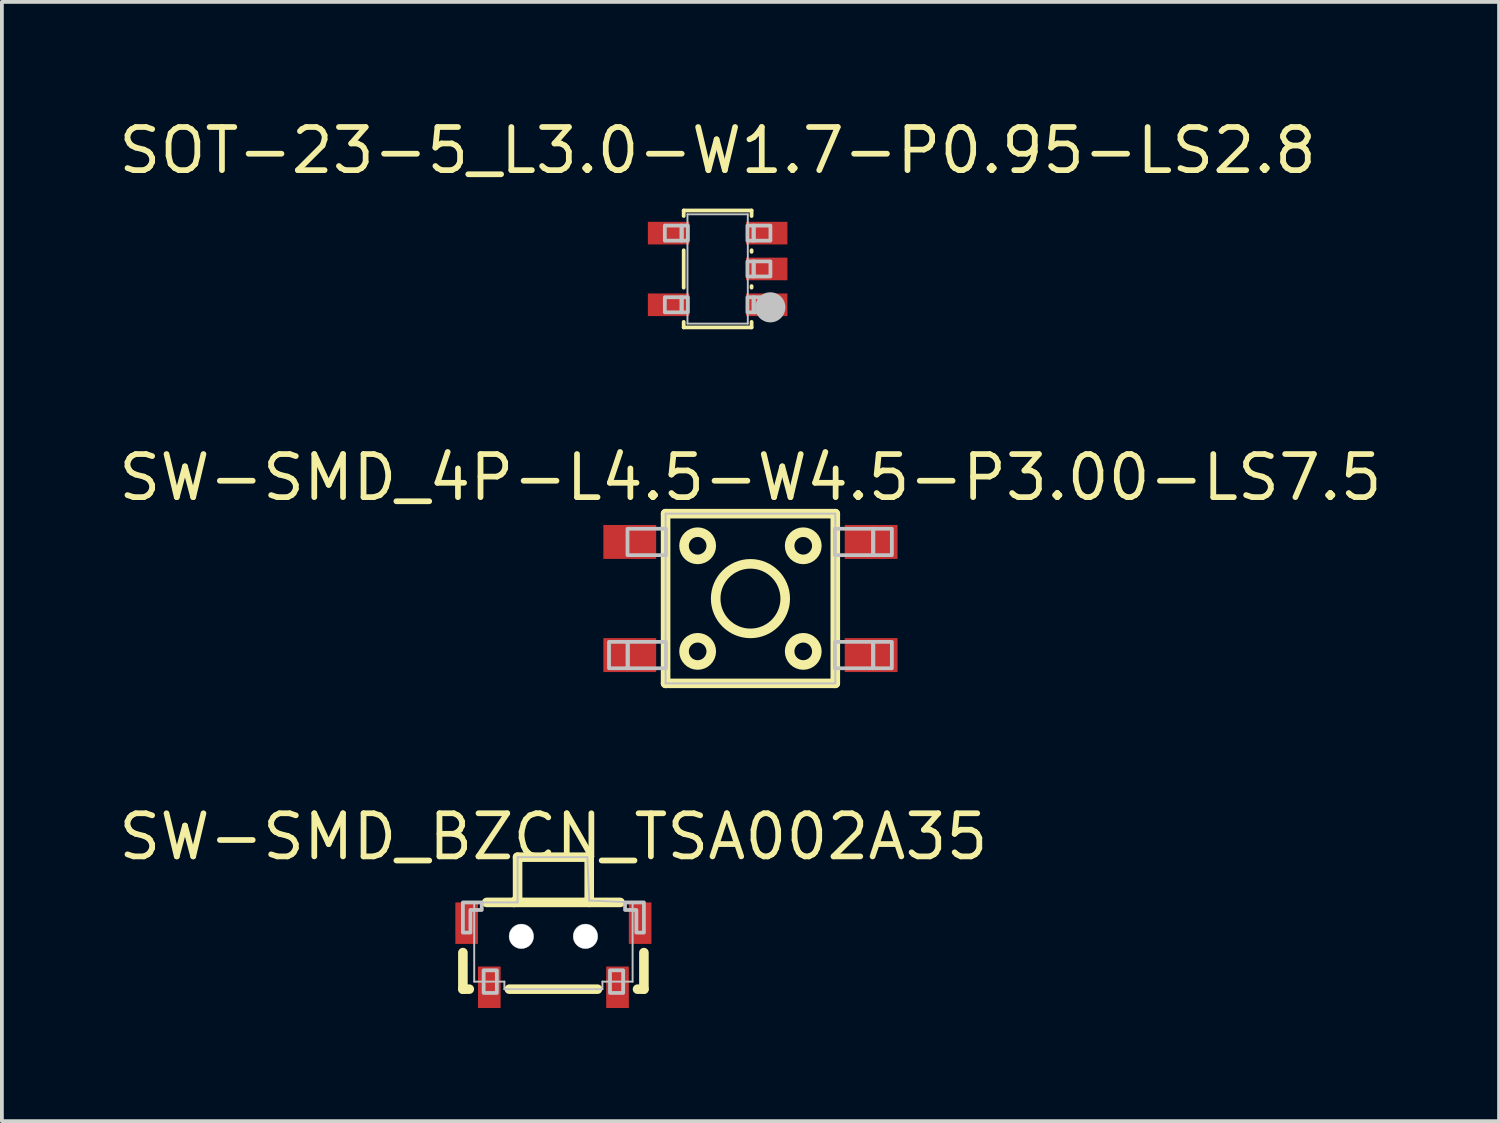
<source format=kicad_pcb>
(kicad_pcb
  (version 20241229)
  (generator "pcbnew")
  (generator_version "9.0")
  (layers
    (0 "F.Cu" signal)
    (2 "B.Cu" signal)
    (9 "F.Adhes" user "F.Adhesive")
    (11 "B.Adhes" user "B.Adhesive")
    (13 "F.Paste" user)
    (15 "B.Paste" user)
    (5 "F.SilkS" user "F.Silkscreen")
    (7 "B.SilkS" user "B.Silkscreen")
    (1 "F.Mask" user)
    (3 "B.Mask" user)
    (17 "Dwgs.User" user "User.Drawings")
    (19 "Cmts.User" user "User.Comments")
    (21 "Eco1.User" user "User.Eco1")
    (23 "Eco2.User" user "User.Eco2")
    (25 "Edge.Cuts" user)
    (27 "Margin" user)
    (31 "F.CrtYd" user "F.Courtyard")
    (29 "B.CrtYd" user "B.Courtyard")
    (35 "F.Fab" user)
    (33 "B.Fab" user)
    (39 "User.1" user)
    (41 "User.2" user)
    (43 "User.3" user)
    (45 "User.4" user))
  (footprint "SW-SMD_BZCN_TSA002A35"
    (layer "F.Cu")
    (at 11.625 22.28)
    (property "Reference" "SW-SMD_BZCN_TSA002A35" (at 0 -3.81 0) (layer "F.SilkS") (effects (font (size 1.143 1.143) (thickness 0.152)) (justify top)))
    (attr smd)
    (fp_line (start -2.4 -0.069) (end -2.4 0.9) (stroke (width 0.254) (type solid)) (layer "F.SilkS"))
    (fp_line (start -2.231 0.9) (end -2.4 0.9) (stroke (width 0.254) (type solid)) (layer "F.SilkS"))
    (fp_line (start -1.769 -1.4) (end 1.769 -1.4) (stroke (width 0.254) (type solid)) (layer "F.SilkS"))
    (fp_line (start -0.95 -2.6) (end -0.95 -1.497) (stroke (width 0.254) (type solid)) (layer "F.SilkS"))
    (fp_line (start -0.95 -2.6) (end 0.95 -2.6) (stroke (width 0.254) (type solid)) (layer "F.SilkS"))
    (fp_line (start -0.95 -1.497) (end -1.047 -1.4) (stroke (width 0.254) (type solid)) (layer "F.SilkS"))
    (fp_line (start 0.95 -2.6) (end 0.95 -1.4) (stroke (width 0.254) (type solid)) (layer "F.SilkS"))
    (fp_line (start 1.169 0.9) (end -1.169 0.9) (stroke (width 0.254) (type solid)) (layer "F.SilkS"))
    (fp_line (start 2.4 -0.069) (end 2.4 0.9) (stroke (width 0.254) (type solid)) (layer "F.SilkS"))
    (fp_line (start 2.4 0.9) (end 2.231 0.9) (stroke (width 0.254) (type solid)) (layer "F.SilkS"))
    (fp_line (start -2.1 -1.4) (end -2.1 0.7) (stroke (width 0.051) (type solid)) (layer "Dwgs.User"))
    (fp_line (start -2.1 0.7) (end -1.3 0.7) (stroke (width 0.051) (type solid)) (layer "Dwgs.User"))
    (fp_line (start -1.3 0.7) (end -1.3 0.9) (stroke (width 0.051) (type solid)) (layer "Dwgs.User"))
    (fp_line (start -1.3 0.9) (end 1.3 0.9) (stroke (width 0.051) (type solid)) (layer "Dwgs.User"))
    (fp_line (start -0.95 -2.6) (end -0.95 -1.4) (stroke (width 0.051) (type solid)) (layer "Dwgs.User"))
    (fp_line (start -0.95 -1.4) (end -2.1 -1.4) (stroke (width 0.051) (type solid)) (layer "Dwgs.User"))
    (fp_line (start 0 -2.6) (end -0.95 -2.6) (stroke (width 0.051) (type solid)) (layer "Dwgs.User"))
    (fp_line (start 0.9 -2.6) (end 0 -2.6) (stroke (width 0.051) (type solid)) (layer "Dwgs.User"))
    (fp_line (start 0.95 -1.45) (end 0.9 -2.6) (stroke (width 0.051) (type solid)) (layer "Dwgs.User"))
    (fp_line (start 1.3 0.7) (end 2.1 0.7) (stroke (width 0.051) (type solid)) (layer "Dwgs.User"))
    (fp_line (start 1.3 0.9) (end 1.3 0.7) (stroke (width 0.051) (type solid)) (layer "Dwgs.User"))
    (fp_line (start 2.1 -1.4) (end 0.95 -1.45) (stroke (width 0.051) (type solid)) (layer "Dwgs.User"))
    (fp_line (start 2.1 0.7) (end 2.1 -1.4) (stroke (width 0.051) (type solid)) (layer "Dwgs.User"))
    (fp_arc (start -0.725 -0.494) (mid -0.975102 -0.503228) (end -0.724857 -0.499546) (stroke (width 0.25) (type solid)) (layer "Dwgs.User"))
    (fp_arc (start -0.525 -0.493) (mid -1.175057 -0.503426) (end -0.524925 -0.500148) (stroke (width 0.013) (type solid)) (layer "Dwgs.User"))
    (fp_arc (start 0.975 -0.494) (mid 0.724898 -0.503228) (end 0.975143 -0.499546) (stroke (width 0.25) (type solid)) (layer "Dwgs.User"))
    (fp_arc (start 1.175 -0.493) (mid 0.524943 -0.503426) (end 1.175075 -0.500148) (stroke (width 0.013) (type solid)) (layer "Dwgs.User"))
    (fp_poly (pts (xy -1.85 1) (xy -1.5 1) (xy -1.5 0.4) (xy -1.85 0.4) (xy -1.85 1)) (stroke (width 0.1) (type solid)) (fill no) (layer "Dwgs.User"))
    (fp_poly (pts (xy 1.5 1) (xy 1.85 1) (xy 1.85 0.4) (xy 1.5 0.4) (xy 1.5 1)) (stroke (width 0.1) (type solid)) (fill no) (layer "Dwgs.User"))
    (fp_poly (pts (xy -2.2 -0.6) (xy -2.4 -0.6) (xy -2.4 -1.4) (xy -1.9 -1.4) (xy -1.9 -1.2) (xy -2.2 -1.2) (xy -2.2 -0.6)) (stroke (width 0.1) (type solid)) (fill no) (layer "Dwgs.User"))
    (fp_poly (pts (xy 2.2 -0.6) (xy 2.4 -0.6) (xy 2.4 -1.4) (xy 1.9 -1.4) (xy 1.9 -1.2) (xy 2.2 -1.2) (xy 2.2 -0.6)) (stroke (width 0.1) (type solid)) (fill no) (layer "Dwgs.User"))
    (pad "" smd rect (at -2.3 -0.85) (size 0.6 1.1) (layers "F.Cu" "F.Mask" "F.Paste"))
    (pad "" np_thru_hole circle (at -0.85 -0.5) (size 0.65 0.65) (drill 0.65) (layers "*.Cu" "*.Mask"))
    (pad "" np_thru_hole circle (at 0.85 -0.5) (size 0.65 0.65) (drill 0.65) (layers "*.Cu" "*.Mask"))
    (pad "" smd rect (at 2.3 -0.85) (size 0.6 1.1) (layers "F.Cu" "F.Mask" "F.Paste"))
    (pad "1" smd rect (at -1.7 0.85) (size 0.6 1.1) (layers "F.Cu" "F.Mask" "F.Paste"))
    (pad "2" smd rect (at 1.7 0.85) (size 0.6 1.1) (layers "F.Cu" "F.Mask" "F.Paste")))
  (footprint "SW-SMD_4P-L4.5-W4.5-P3.00-LS7.5"
    (layer "F.Cu")
    (at 16.85 12.821)
    (property "Reference" "SW-SMD_4P-L4.5-W4.5-P3.00-LS7.5" (at 0 -2.54 0) (layer "F.SilkS") (effects (font (size 1.143 1.143) (thickness 0.152)) (justify bottom)))
    (attr smd)
    (fp_line (start -2.25 -2.25) (end 2.25 -2.25) (stroke (width 0.254) (type solid)) (layer "F.SilkS"))
    (fp_line (start -2.25 2.25) (end -2.25 -2.25) (stroke (width 0.254) (type solid)) (layer "F.SilkS"))
    (fp_line (start 2.25 -2.25) (end 2.25 2.25) (stroke (width 0.254) (type solid)) (layer "F.SilkS"))
    (fp_line (start 2.25 2.25) (end -2.25 2.25) (stroke (width 0.254) (type solid)) (layer "F.SilkS"))
    (fp_arc (start -1.039 -1.396) (mid -1.761016 -1.402047) (end -1.038978 -1.399907) (stroke (width 0.254) (type solid)) (layer "F.SilkS"))
    (fp_arc (start -1.039 1.404) (mid -1.761016 1.397953) (end -1.038978 1.400093) (stroke (width 0.254) (type solid)) (layer "F.SilkS"))
    (fp_arc (start 0.922 0.005) (mid -0.92201 -0.002586) (end 0.922014 0.000172) (stroke (width 0.254) (type solid)) (layer "F.SilkS"))
    (fp_arc (start 1.761 -1.396) (mid 1.038984 -1.402047) (end 1.761022 -1.399907) (stroke (width 0.254) (type solid)) (layer "F.SilkS"))
    (fp_arc (start 1.761 1.404) (mid 1.038984 1.397953) (end 1.761022 1.400093) (stroke (width 0.254) (type solid)) (layer "F.SilkS"))
    (fp_line (start -2.25 -2.25) (end 2.25 -2.25) (stroke (width 0.051) (type solid)) (layer "Dwgs.User"))
    (fp_line (start -2.25 2.25) (end -2.25 -2.25) (stroke (width 0.051) (type solid)) (layer "Dwgs.User"))
    (fp_line (start 2.25 -2.25) (end 2.25 2.25) (stroke (width 0.051) (type solid)) (layer "Dwgs.User"))
    (fp_line (start 2.25 2.25) (end -2.25 2.25) (stroke (width 0.051) (type solid)) (layer "Dwgs.User"))
    (fp_poly (pts (xy -3.75 1.85) (xy -3.75 1.15) (xy -3.25 1.15) (xy -3.25 1.85) (xy -3.75 1.85)) (stroke (width 0.1) (type solid)) (fill no) (layer "Dwgs.User"))
    (fp_poly (pts (xy -3.26 -1.15) (xy -3.26 -1.85) (xy -2.24 -1.85) (xy -2.24 -1.15) (xy -3.26 -1.15)) (stroke (width 0.1) (type solid)) (fill no) (layer "Dwgs.User"))
    (fp_poly (pts (xy -3.26 1.85) (xy -3.26 1.15) (xy -2.24 1.15) (xy -2.24 1.85) (xy -3.26 1.85)) (stroke (width 0.1) (type solid)) (fill no) (layer "Dwgs.User"))
    (fp_poly (pts (xy 2.24 -1.15) (xy 2.24 -1.85) (xy 3.26 -1.85) (xy 3.26 -1.15) (xy 2.24 -1.15)) (stroke (width 0.1) (type solid)) (fill no) (layer "Dwgs.User"))
    (fp_poly (pts (xy 2.24 1.85) (xy 2.24 1.15) (xy 3.26 1.15) (xy 3.26 1.85) (xy 2.24 1.85)) (stroke (width 0.1) (type solid)) (fill no) (layer "Dwgs.User"))
    (fp_poly (pts (xy 3.25 -1.15) (xy 3.25 -1.85) (xy 3.75 -1.85) (xy 3.75 -1.15) (xy 3.25 -1.15)) (stroke (width 0.1) (type solid)) (fill no) (layer "Dwgs.User"))
    (fp_poly (pts (xy 3.25 1.85) (xy 3.25 1.15) (xy 3.75 1.15) (xy 3.75 1.85) (xy 3.25 1.85)) (stroke (width 0.1) (type solid)) (fill no) (layer "Dwgs.User"))
    (pad "1" smd rect (at -3.2 -1.5) (size 1.4 0.9) (layers "F.Cu" "F.Mask" "F.Paste"))
    (pad "2" smd rect (at 3.2 -1.5) (size 1.4 0.9) (layers "F.Cu" "F.Mask" "F.Paste"))
    (pad "3" smd rect (at -3.2 1.5) (size 1.4 0.9) (layers "F.Cu" "F.Mask" "F.Paste"))
    (pad "4" smd rect (at 3.2 1.5) (size 1.4 0.9) (layers "F.Cu" "F.Mask" "F.Paste")))
  (footprint "SOT-23-5_L3.0-W1.7-P0.95-LS2.8"
    (layer "F.Cu")
    (at 15.98 4.082)
    (property "Reference" "SOT-23-5_L3.0-W1.7-P0.95-LS2.8" (at 0 -3.81 0) (layer "F.SilkS") (effects (font (size 1.143 1.143) (thickness 0.152)) (justify top)))
    (attr smd)
    (fp_line (start -0.9 -1.55) (end -0.9 -1.404) (stroke (width 0.1) (type solid)) (layer "F.SilkS"))
    (fp_line (start -0.9 -1.55) (end 0.9 -1.55) (stroke (width 0.1) (type solid)) (layer "F.SilkS"))
    (fp_line (start -0.9 -0.496) (end -0.9 0.496) (stroke (width 0.1) (type solid)) (layer "F.SilkS"))
    (fp_line (start -0.9 1.404) (end -0.9 1.55) (stroke (width 0.1) (type solid)) (layer "F.SilkS"))
    (fp_line (start -0.9 1.55) (end 0.9 1.55) (stroke (width 0.1) (type solid)) (layer "F.SilkS"))
    (fp_line (start 0.9 -1.55) (end 0.9 -1.404) (stroke (width 0.1) (type solid)) (layer "F.SilkS"))
    (fp_line (start 0.9 -0.496) (end 0.9 -0.454) (stroke (width 0.1) (type solid)) (layer "F.SilkS"))
    (fp_line (start 0.9 0.454) (end 0.9 0.496) (stroke (width 0.1) (type solid)) (layer "F.SilkS"))
    (fp_line (start 0.9 1.404) (end 0.9 1.55) (stroke (width 0.1) (type solid)) (layer "F.SilkS"))
    (fp_line (start -0.8 -1.45) (end 0.8 -1.45) (stroke (width 0.051) (type solid)) (layer "Dwgs.User"))
    (fp_line (start -0.8 1.45) (end -0.8 -1.45) (stroke (width 0.051) (type solid)) (layer "Dwgs.User"))
    (fp_line (start 0.8 -1.45) (end 0.8 1.45) (stroke (width 0.051) (type solid)) (layer "Dwgs.User"))
    (fp_line (start 0.8 1.45) (end -0.8 1.45) (stroke (width 0.051) (type solid)) (layer "Dwgs.User"))
    (fp_arc (start 1.597 1.02) (mid 1.196968 1.014199) (end 1.59704 1.015601) (stroke (width 0.4) (type solid)) (layer "Dwgs.User"))
    (fp_poly (pts (xy -1.4 -0.75) (xy -1.4 -1.15) (xy -0.95 -1.15) (xy -0.95 -0.75) (xy -1.4 -0.75)) (stroke (width 0.1) (type solid)) (fill no) (layer "Dwgs.User"))
    (fp_poly (pts (xy -1.4 1.15) (xy -1.4 0.75) (xy -0.95 0.75) (xy -0.95 1.15) (xy -1.4 1.15)) (stroke (width 0.1) (type solid)) (fill no) (layer "Dwgs.User"))
    (fp_poly (pts (xy -0.96 -0.75) (xy -0.96 -1.15) (xy -0.79 -1.15) (xy -0.79 -0.75) (xy -0.96 -0.75)) (stroke (width 0.1) (type solid)) (fill no) (layer "Dwgs.User"))
    (fp_poly (pts (xy -0.96 1.15) (xy -0.96 0.75) (xy -0.79 0.75) (xy -0.79 1.15) (xy -0.96 1.15)) (stroke (width 0.1) (type solid)) (fill no) (layer "Dwgs.User"))
    (fp_poly (pts (xy 0.79 -0.75) (xy 0.79 -1.15) (xy 0.96 -1.15) (xy 0.96 -0.75) (xy 0.79 -0.75)) (stroke (width 0.1) (type solid)) (fill no) (layer "Dwgs.User"))
    (fp_poly (pts (xy 0.79 0.2) (xy 0.79 -0.2) (xy 0.96 -0.2) (xy 0.96 0.2) (xy 0.79 0.2)) (stroke (width 0.1) (type solid)) (fill no) (layer "Dwgs.User"))
    (fp_poly (pts (xy 0.79 1.15) (xy 0.79 0.75) (xy 0.96 0.75) (xy 0.96 1.15) (xy 0.79 1.15)) (stroke (width 0.1) (type solid)) (fill no) (layer "Dwgs.User"))
    (fp_poly (pts (xy 0.95 -0.75) (xy 0.95 -1.15) (xy 1.4 -1.15) (xy 1.4 -0.75) (xy 0.95 -0.75)) (stroke (width 0.1) (type solid)) (fill no) (layer "Dwgs.User"))
    (fp_poly (pts (xy 0.95 0.2) (xy 0.95 -0.2) (xy 1.4 -0.2) (xy 1.4 0.2) (xy 0.95 0.2)) (stroke (width 0.1) (type solid)) (fill no) (layer "Dwgs.User"))
    (fp_poly (pts (xy 0.95 1.15) (xy 0.95 0.75) (xy 1.4 0.75) (xy 1.4 1.15) (xy 0.95 1.15)) (stroke (width 0.1) (type solid)) (fill no) (layer "Dwgs.User"))
    (pad "1" smd rect (at 1.3 0.95) (size 1.1 0.6) (layers "F.Cu" "F.Mask" "F.Paste"))
    (pad "2" smd rect (at 1.3 0) (size 1.1 0.6) (layers "F.Cu" "F.Mask" "F.Paste"))
    (pad "3" smd rect (at 1.3 -0.95) (size 1.1 0.6) (layers "F.Cu" "F.Mask" "F.Paste"))
    (pad "4" smd rect (at -1.3 -0.95) (size 1.1 0.6) (layers "F.Cu" "F.Mask" "F.Paste"))
    (pad "5" smd rect (at -1.3 0.95) (size 1.1 0.6) (layers "F.Cu" "F.Mask" "F.Paste")))
  (gr_rect
    (start -3 -3)
    (end 36.701 26.68)
    (stroke (width 0.1) (type default))
    (fill no)
    (layer "Edge.Cuts")))
</source>
